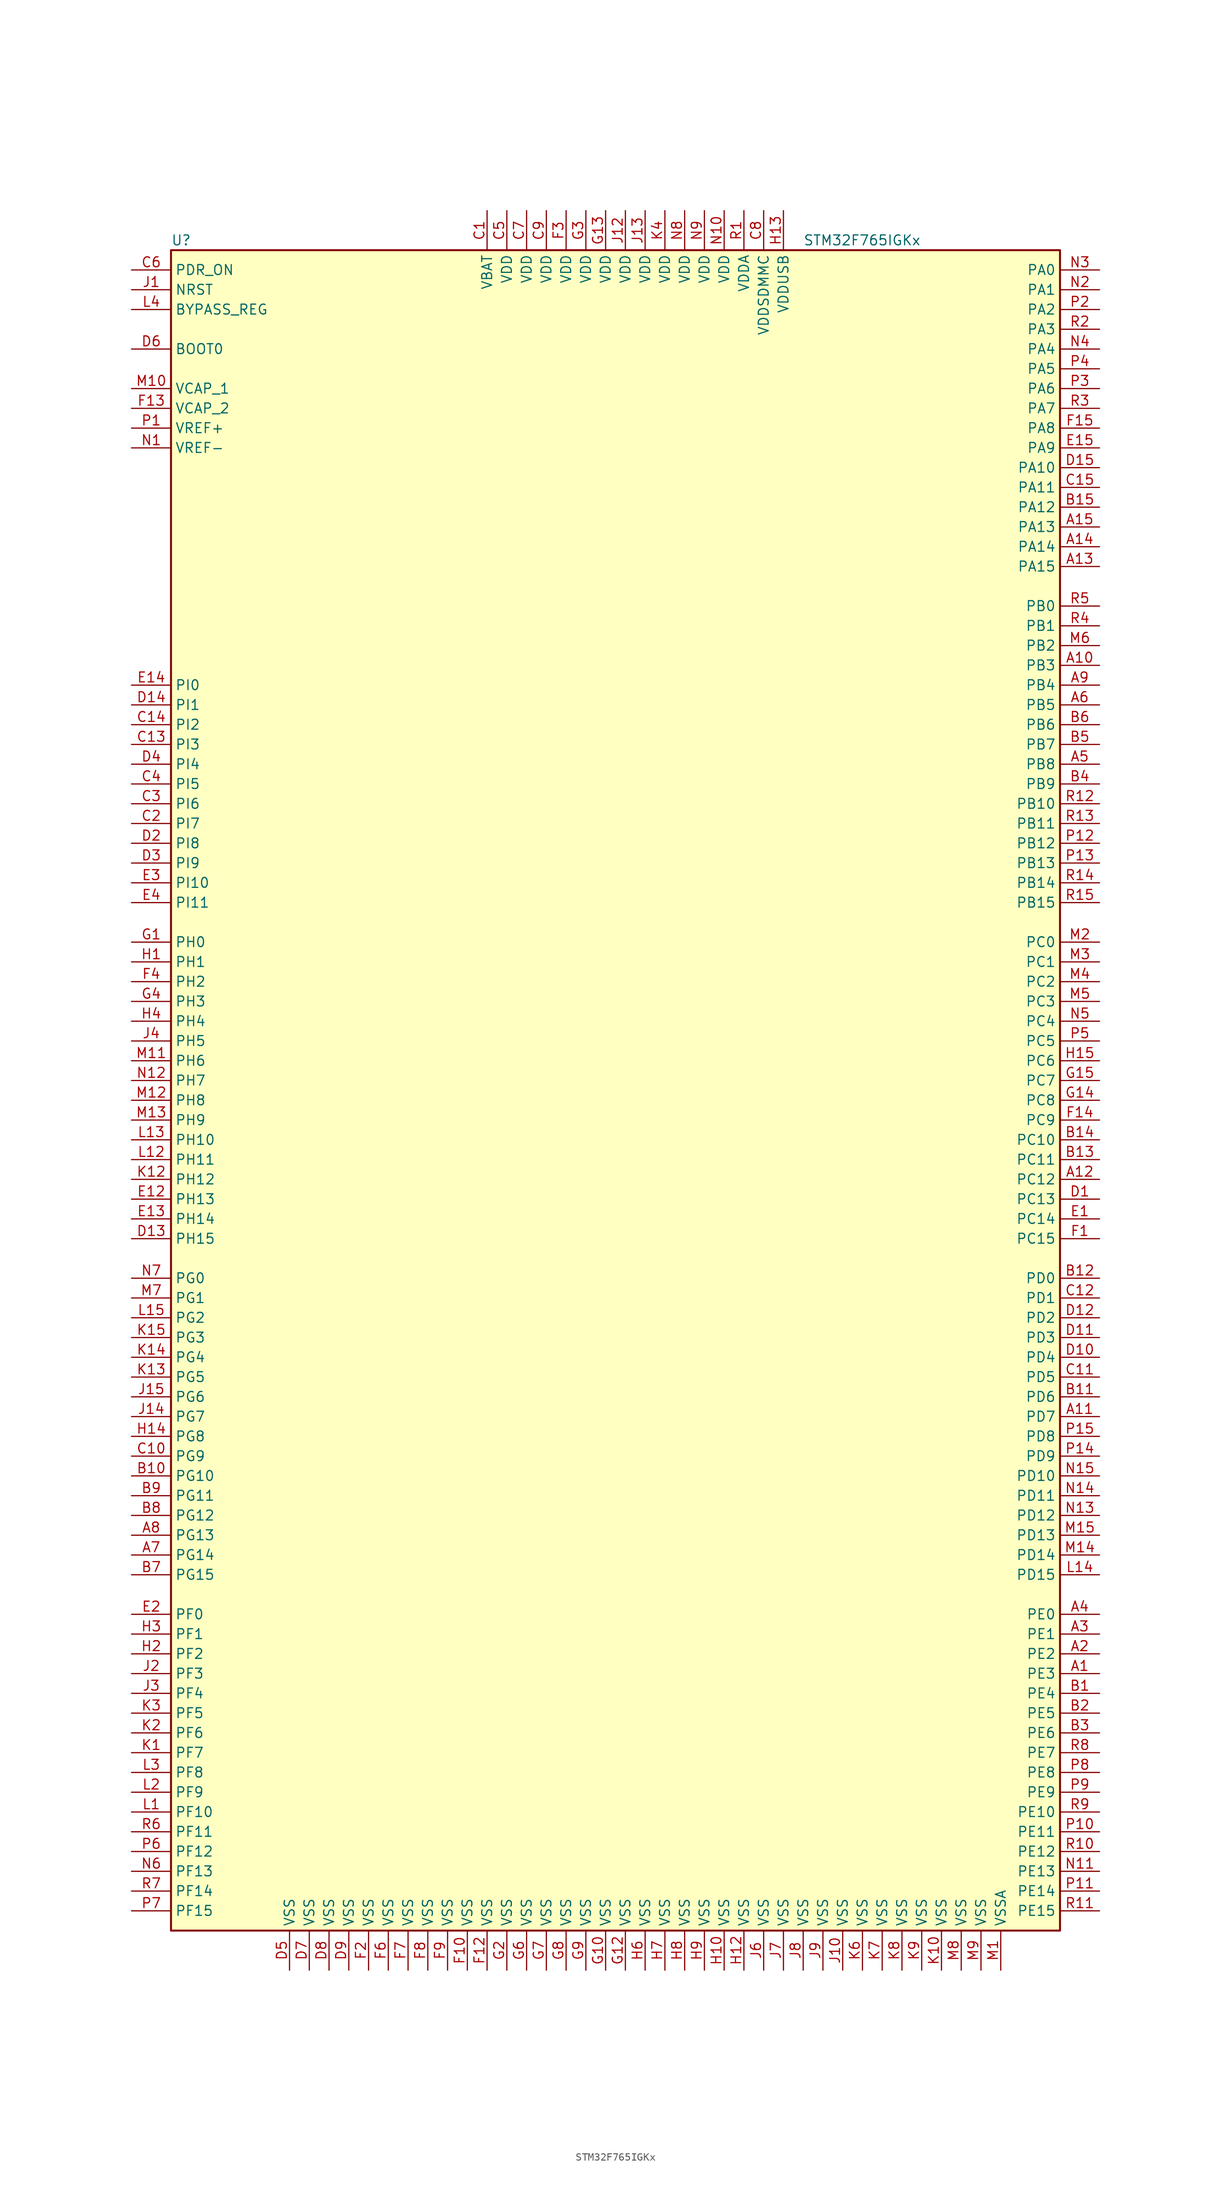
<source format=kicad_sym>
(kicad_symbol_lib
  (version 20201005)
  (generator kicad_symbol_editor)
  (symbol "STM32F765IGKx"
    (property "Reference" "U"
      (at -58.42 107.95 0)
      (effects (font (size 1.27 1.27)) (justify left)))
    (property "Value" "STM32F765IGKx"
      (at 22.86 107.95 0)
      (effects (font (size 1.27 1.27)) (justify left)))
    (symbol "STM32F765IGKx_0_1"
      (rectangle (start -58.42 -109.22) (end 55.88 106.68) (stroke (width 0.254)) (fill (type background))))
    (symbol "STM32F765IGKx_1_1"
      (pin bidirectional line (at 60.96 -76.2 180) (length 5.08) (name "PE3" (effects (font (size 1.27 1.27)))) (number "A1" (effects (font (size 1.27 1.27)))))
      (pin bidirectional line (at 60.96 53.34 180) (length 5.08) (name "PB3" (effects (font (size 1.27 1.27)))) (number "A10" (effects (font (size 1.27 1.27)))))
      (pin bidirectional line (at 60.96 -43.18 180) (length 5.08) (name "PD7" (effects (font (size 1.27 1.27)))) (number "A11" (effects (font (size 1.27 1.27)))))
      (pin bidirectional line (at 60.96 -12.7 180) (length 5.08) (name "PC12" (effects (font (size 1.27 1.27)))) (number "A12" (effects (font (size 1.27 1.27)))))
      (pin bidirectional line (at 60.96 66.04 180) (length 5.08) (name "PA15" (effects (font (size 1.27 1.27)))) (number "A13" (effects (font (size 1.27 1.27)))))
      (pin bidirectional line (at 60.96 68.58 180) (length 5.08) (name "PA14" (effects (font (size 1.27 1.27)))) (number "A14" (effects (font (size 1.27 1.27)))))
      (pin bidirectional line (at 60.96 71.12 180) (length 5.08) (name "PA13" (effects (font (size 1.27 1.27)))) (number "A15" (effects (font (size 1.27 1.27)))))
      (pin bidirectional line (at 60.96 -73.66 180) (length 5.08) (name "PE2" (effects (font (size 1.27 1.27)))) (number "A2" (effects (font (size 1.27 1.27)))))
      (pin bidirectional line (at 60.96 -71.12 180) (length 5.08) (name "PE1" (effects (font (size 1.27 1.27)))) (number "A3" (effects (font (size 1.27 1.27)))))
      (pin bidirectional line (at 60.96 -68.58 180) (length 5.08) (name "PE0" (effects (font (size 1.27 1.27)))) (number "A4" (effects (font (size 1.27 1.27)))))
      (pin bidirectional line (at 60.96 40.64 180) (length 5.08) (name "PB8" (effects (font (size 1.27 1.27)))) (number "A5" (effects (font (size 1.27 1.27)))))
      (pin bidirectional line (at 60.96 48.26 180) (length 5.08) (name "PB5" (effects (font (size 1.27 1.27)))) (number "A6" (effects (font (size 1.27 1.27)))))
      (pin bidirectional line (at -63.5 -60.96 0) (length 5.08) (name "PG14" (effects (font (size 1.27 1.27)))) (number "A7" (effects (font (size 1.27 1.27)))))
      (pin bidirectional line (at -63.5 -58.42 0) (length 5.08) (name "PG13" (effects (font (size 1.27 1.27)))) (number "A8" (effects (font (size 1.27 1.27)))))
      (pin bidirectional line (at 60.96 50.8 180) (length 5.08) (name "PB4" (effects (font (size 1.27 1.27)))) (number "A9" (effects (font (size 1.27 1.27)))))
      (pin bidirectional line (at 60.96 -78.74 180) (length 5.08) (name "PE4" (effects (font (size 1.27 1.27)))) (number "B1" (effects (font (size 1.27 1.27)))))
      (pin bidirectional line (at -63.5 -50.8 0) (length 5.08) (name "PG10" (effects (font (size 1.27 1.27)))) (number "B10" (effects (font (size 1.27 1.27)))))
      (pin bidirectional line (at 60.96 -40.64 180) (length 5.08) (name "PD6" (effects (font (size 1.27 1.27)))) (number "B11" (effects (font (size 1.27 1.27)))))
      (pin bidirectional line (at 60.96 -25.4 180) (length 5.08) (name "PD0" (effects (font (size 1.27 1.27)))) (number "B12" (effects (font (size 1.27 1.27)))))
      (pin bidirectional line (at 60.96 -10.16 180) (length 5.08) (name "PC11" (effects (font (size 1.27 1.27)))) (number "B13" (effects (font (size 1.27 1.27)))))
      (pin bidirectional line (at 60.96 -7.62 180) (length 5.08) (name "PC10" (effects (font (size 1.27 1.27)))) (number "B14" (effects (font (size 1.27 1.27)))))
      (pin bidirectional line (at 60.96 73.66 180) (length 5.08) (name "PA12" (effects (font (size 1.27 1.27)))) (number "B15" (effects (font (size 1.27 1.27)))))
      (pin bidirectional line (at 60.96 -81.28 180) (length 5.08) (name "PE5" (effects (font (size 1.27 1.27)))) (number "B2" (effects (font (size 1.27 1.27)))))
      (pin bidirectional line (at 60.96 -83.82 180) (length 5.08) (name "PE6" (effects (font (size 1.27 1.27)))) (number "B3" (effects (font (size 1.27 1.27)))))
      (pin bidirectional line (at 60.96 38.1 180) (length 5.08) (name "PB9" (effects (font (size 1.27 1.27)))) (number "B4" (effects (font (size 1.27 1.27)))))
      (pin bidirectional line (at 60.96 43.18 180) (length 5.08) (name "PB7" (effects (font (size 1.27 1.27)))) (number "B5" (effects (font (size 1.27 1.27)))))
      (pin bidirectional line (at 60.96 45.72 180) (length 5.08) (name "PB6" (effects (font (size 1.27 1.27)))) (number "B6" (effects (font (size 1.27 1.27)))))
      (pin bidirectional line (at -63.5 -63.5 0) (length 5.08) (name "PG15" (effects (font (size 1.27 1.27)))) (number "B7" (effects (font (size 1.27 1.27)))))
      (pin bidirectional line (at -63.5 -55.88 0) (length 5.08) (name "PG12" (effects (font (size 1.27 1.27)))) (number "B8" (effects (font (size 1.27 1.27)))))
      (pin bidirectional line (at -63.5 -53.34 0) (length 5.08) (name "PG11" (effects (font (size 1.27 1.27)))) (number "B9" (effects (font (size 1.27 1.27)))))
      (pin power_in line (at -17.78 111.76 270) (length 5.08) (name "VBAT" (effects (font (size 1.27 1.27)))) (number "C1" (effects (font (size 1.27 1.27)))))
      (pin bidirectional line (at -63.5 -48.26 0) (length 5.08) (name "PG9" (effects (font (size 1.27 1.27)))) (number "C10" (effects (font (size 1.27 1.27)))))
      (pin bidirectional line (at 60.96 -38.1 180) (length 5.08) (name "PD5" (effects (font (size 1.27 1.27)))) (number "C11" (effects (font (size 1.27 1.27)))))
      (pin bidirectional line (at 60.96 -27.94 180) (length 5.08) (name "PD1" (effects (font (size 1.27 1.27)))) (number "C12" (effects (font (size 1.27 1.27)))))
      (pin bidirectional line (at -63.5 43.18 0) (length 5.08) (name "PI3" (effects (font (size 1.27 1.27)))) (number "C13" (effects (font (size 1.27 1.27)))))
      (pin bidirectional line (at -63.5 45.72 0) (length 5.08) (name "PI2" (effects (font (size 1.27 1.27)))) (number "C14" (effects (font (size 1.27 1.27)))))
      (pin bidirectional line (at 60.96 76.2 180) (length 5.08) (name "PA11" (effects (font (size 1.27 1.27)))) (number "C15" (effects (font (size 1.27 1.27)))))
      (pin bidirectional line (at -63.5 33.02 0) (length 5.08) (name "PI7" (effects (font (size 1.27 1.27)))) (number "C2" (effects (font (size 1.27 1.27)))))
      (pin bidirectional line (at -63.5 35.56 0) (length 5.08) (name "PI6" (effects (font (size 1.27 1.27)))) (number "C3" (effects (font (size 1.27 1.27)))))
      (pin bidirectional line (at -63.5 38.1 0) (length 5.08) (name "PI5" (effects (font (size 1.27 1.27)))) (number "C4" (effects (font (size 1.27 1.27)))))
      (pin power_in line (at -15.24 111.76 270) (length 5.08) (name "VDD" (effects (font (size 1.27 1.27)))) (number "C5" (effects (font (size 1.27 1.27)))))
      (pin input line (at -63.5 104.14 0) (length 5.08) (name "PDR_ON" (effects (font (size 1.27 1.27)))) (number "C6" (effects (font (size 1.27 1.27)))))
      (pin power_in line (at -12.7 111.76 270) (length 5.08) (name "VDD" (effects (font (size 1.27 1.27)))) (number "C7" (effects (font (size 1.27 1.27)))))
      (pin power_in line (at 17.78 111.76 270) (length 5.08) (name "VDDSDMMC" (effects (font (size 1.27 1.27)))) (number "C8" (effects (font (size 1.27 1.27)))))
      (pin power_in line (at -10.16 111.76 270) (length 5.08) (name "VDD" (effects (font (size 1.27 1.27)))) (number "C9" (effects (font (size 1.27 1.27)))))
      (pin bidirectional line (at 60.96 -15.24 180) (length 5.08) (name "PC13" (effects (font (size 1.27 1.27)))) (number "D1" (effects (font (size 1.27 1.27)))))
      (pin bidirectional line (at 60.96 -35.56 180) (length 5.08) (name "PD4" (effects (font (size 1.27 1.27)))) (number "D10" (effects (font (size 1.27 1.27)))))
      (pin bidirectional line (at 60.96 -33.02 180) (length 5.08) (name "PD3" (effects (font (size 1.27 1.27)))) (number "D11" (effects (font (size 1.27 1.27)))))
      (pin bidirectional line (at 60.96 -30.48 180) (length 5.08) (name "PD2" (effects (font (size 1.27 1.27)))) (number "D12" (effects (font (size 1.27 1.27)))))
      (pin bidirectional line (at -63.5 -20.32 0) (length 5.08) (name "PH15" (effects (font (size 1.27 1.27)))) (number "D13" (effects (font (size 1.27 1.27)))))
      (pin bidirectional line (at -63.5 48.26 0) (length 5.08) (name "PI1" (effects (font (size 1.27 1.27)))) (number "D14" (effects (font (size 1.27 1.27)))))
      (pin bidirectional line (at 60.96 78.74 180) (length 5.08) (name "PA10" (effects (font (size 1.27 1.27)))) (number "D15" (effects (font (size 1.27 1.27)))))
      (pin bidirectional line (at -63.5 30.48 0) (length 5.08) (name "PI8" (effects (font (size 1.27 1.27)))) (number "D2" (effects (font (size 1.27 1.27)))))
      (pin bidirectional line (at -63.5 27.94 0) (length 5.08) (name "PI9" (effects (font (size 1.27 1.27)))) (number "D3" (effects (font (size 1.27 1.27)))))
      (pin bidirectional line (at -63.5 40.64 0) (length 5.08) (name "PI4" (effects (font (size 1.27 1.27)))) (number "D4" (effects (font (size 1.27 1.27)))))
      (pin power_in line (at -43.18 -114.3 90) (length 5.08) (name "VSS" (effects (font (size 1.27 1.27)))) (number "D5" (effects (font (size 1.27 1.27)))))
      (pin input line (at -63.5 93.98 0) (length 5.08) (name "BOOT0" (effects (font (size 1.27 1.27)))) (number "D6" (effects (font (size 1.27 1.27)))))
      (pin power_in line (at -40.64 -114.3 90) (length 5.08) (name "VSS" (effects (font (size 1.27 1.27)))) (number "D7" (effects (font (size 1.27 1.27)))))
      (pin power_in line (at -38.1 -114.3 90) (length 5.08) (name "VSS" (effects (font (size 1.27 1.27)))) (number "D8" (effects (font (size 1.27 1.27)))))
      (pin power_in line (at -35.56 -114.3 90) (length 5.08) (name "VSS" (effects (font (size 1.27 1.27)))) (number "D9" (effects (font (size 1.27 1.27)))))
      (pin bidirectional line (at 60.96 -17.78 180) (length 5.08) (name "PC14" (effects (font (size 1.27 1.27)))) (number "E1" (effects (font (size 1.27 1.27)))))
      (pin bidirectional line (at -63.5 -15.24 0) (length 5.08) (name "PH13" (effects (font (size 1.27 1.27)))) (number "E12" (effects (font (size 1.27 1.27)))))
      (pin bidirectional line (at -63.5 -17.78 0) (length 5.08) (name "PH14" (effects (font (size 1.27 1.27)))) (number "E13" (effects (font (size 1.27 1.27)))))
      (pin bidirectional line (at -63.5 50.8 0) (length 5.08) (name "PI0" (effects (font (size 1.27 1.27)))) (number "E14" (effects (font (size 1.27 1.27)))))
      (pin bidirectional line (at 60.96 81.28 180) (length 5.08) (name "PA9" (effects (font (size 1.27 1.27)))) (number "E15" (effects (font (size 1.27 1.27)))))
      (pin bidirectional line (at -63.5 -68.58 0) (length 5.08) (name "PF0" (effects (font (size 1.27 1.27)))) (number "E2" (effects (font (size 1.27 1.27)))))
      (pin bidirectional line (at -63.5 25.4 0) (length 5.08) (name "PI10" (effects (font (size 1.27 1.27)))) (number "E3" (effects (font (size 1.27 1.27)))))
      (pin bidirectional line (at -63.5 22.86 0) (length 5.08) (name "PI11" (effects (font (size 1.27 1.27)))) (number "E4" (effects (font (size 1.27 1.27)))))
      (pin bidirectional line (at 60.96 -20.32 180) (length 5.08) (name "PC15" (effects (font (size 1.27 1.27)))) (number "F1" (effects (font (size 1.27 1.27)))))
      (pin power_in line (at -20.32 -114.3 90) (length 5.08) (name "VSS" (effects (font (size 1.27 1.27)))) (number "F10" (effects (font (size 1.27 1.27)))))
      (pin power_in line (at -17.78 -114.3 90) (length 5.08) (name "VSS" (effects (font (size 1.27 1.27)))) (number "F12" (effects (font (size 1.27 1.27)))))
      (pin power_in line (at -63.5 86.36 0) (length 5.08) (name "VCAP_2" (effects (font (size 1.27 1.27)))) (number "F13" (effects (font (size 1.27 1.27)))))
      (pin bidirectional line (at 60.96 -5.08 180) (length 5.08) (name "PC9" (effects (font (size 1.27 1.27)))) (number "F14" (effects (font (size 1.27 1.27)))))
      (pin bidirectional line (at 60.96 83.82 180) (length 5.08) (name "PA8" (effects (font (size 1.27 1.27)))) (number "F15" (effects (font (size 1.27 1.27)))))
      (pin power_in line (at -33.02 -114.3 90) (length 5.08) (name "VSS" (effects (font (size 1.27 1.27)))) (number "F2" (effects (font (size 1.27 1.27)))))
      (pin power_in line (at -7.62 111.76 270) (length 5.08) (name "VDD" (effects (font (size 1.27 1.27)))) (number "F3" (effects (font (size 1.27 1.27)))))
      (pin bidirectional line (at -63.5 12.7 0) (length 5.08) (name "PH2" (effects (font (size 1.27 1.27)))) (number "F4" (effects (font (size 1.27 1.27)))))
      (pin power_in line (at -30.48 -114.3 90) (length 5.08) (name "VSS" (effects (font (size 1.27 1.27)))) (number "F6" (effects (font (size 1.27 1.27)))))
      (pin power_in line (at -27.94 -114.3 90) (length 5.08) (name "VSS" (effects (font (size 1.27 1.27)))) (number "F7" (effects (font (size 1.27 1.27)))))
      (pin power_in line (at -25.4 -114.3 90) (length 5.08) (name "VSS" (effects (font (size 1.27 1.27)))) (number "F8" (effects (font (size 1.27 1.27)))))
      (pin power_in line (at -22.86 -114.3 90) (length 5.08) (name "VSS" (effects (font (size 1.27 1.27)))) (number "F9" (effects (font (size 1.27 1.27)))))
      (pin input line (at -63.5 17.78 0) (length 5.08) (name "PH0" (effects (font (size 1.27 1.27)))) (number "G1" (effects (font (size 1.27 1.27)))))
      (pin power_in line (at -2.54 -114.3 90) (length 5.08) (name "VSS" (effects (font (size 1.27 1.27)))) (number "G10" (effects (font (size 1.27 1.27)))))
      (pin power_in line (at 0 -114.3 90) (length 5.08) (name "VSS" (effects (font (size 1.27 1.27)))) (number "G12" (effects (font (size 1.27 1.27)))))
      (pin power_in line (at -2.54 111.76 270) (length 5.08) (name "VDD" (effects (font (size 1.27 1.27)))) (number "G13" (effects (font (size 1.27 1.27)))))
      (pin bidirectional line (at 60.96 -2.54 180) (length 5.08) (name "PC8" (effects (font (size 1.27 1.27)))) (number "G14" (effects (font (size 1.27 1.27)))))
      (pin bidirectional line (at 60.96 0 180) (length 5.08) (name "PC7" (effects (font (size 1.27 1.27)))) (number "G15" (effects (font (size 1.27 1.27)))))
      (pin power_in line (at -15.24 -114.3 90) (length 5.08) (name "VSS" (effects (font (size 1.27 1.27)))) (number "G2" (effects (font (size 1.27 1.27)))))
      (pin power_in line (at -5.08 111.76 270) (length 5.08) (name "VDD" (effects (font (size 1.27 1.27)))) (number "G3" (effects (font (size 1.27 1.27)))))
      (pin bidirectional line (at -63.5 10.16 0) (length 5.08) (name "PH3" (effects (font (size 1.27 1.27)))) (number "G4" (effects (font (size 1.27 1.27)))))
      (pin power_in line (at -12.7 -114.3 90) (length 5.08) (name "VSS" (effects (font (size 1.27 1.27)))) (number "G6" (effects (font (size 1.27 1.27)))))
      (pin power_in line (at -10.16 -114.3 90) (length 5.08) (name "VSS" (effects (font (size 1.27 1.27)))) (number "G7" (effects (font (size 1.27 1.27)))))
      (pin power_in line (at -7.62 -114.3 90) (length 5.08) (name "VSS" (effects (font (size 1.27 1.27)))) (number "G8" (effects (font (size 1.27 1.27)))))
      (pin power_in line (at -5.08 -114.3 90) (length 5.08) (name "VSS" (effects (font (size 1.27 1.27)))) (number "G9" (effects (font (size 1.27 1.27)))))
      (pin input line (at -63.5 15.24 0) (length 5.08) (name "PH1" (effects (font (size 1.27 1.27)))) (number "H1" (effects (font (size 1.27 1.27)))))
      (pin power_in line (at 12.7 -114.3 90) (length 5.08) (name "VSS" (effects (font (size 1.27 1.27)))) (number "H10" (effects (font (size 1.27 1.27)))))
      (pin power_in line (at 15.24 -114.3 90) (length 5.08) (name "VSS" (effects (font (size 1.27 1.27)))) (number "H12" (effects (font (size 1.27 1.27)))))
      (pin power_in line (at 20.32 111.76 270) (length 5.08) (name "VDDUSB" (effects (font (size 1.27 1.27)))) (number "H13" (effects (font (size 1.27 1.27)))))
      (pin bidirectional line (at -63.5 -45.72 0) (length 5.08) (name "PG8" (effects (font (size 1.27 1.27)))) (number "H14" (effects (font (size 1.27 1.27)))))
      (pin bidirectional line (at 60.96 2.54 180) (length 5.08) (name "PC6" (effects (font (size 1.27 1.27)))) (number "H15" (effects (font (size 1.27 1.27)))))
      (pin bidirectional line (at -63.5 -73.66 0) (length 5.08) (name "PF2" (effects (font (size 1.27 1.27)))) (number "H2" (effects (font (size 1.27 1.27)))))
      (pin bidirectional line (at -63.5 -71.12 0) (length 5.08) (name "PF1" (effects (font (size 1.27 1.27)))) (number "H3" (effects (font (size 1.27 1.27)))))
      (pin bidirectional line (at -63.5 7.62 0) (length 5.08) (name "PH4" (effects (font (size 1.27 1.27)))) (number "H4" (effects (font (size 1.27 1.27)))))
      (pin power_in line (at 2.54 -114.3 90) (length 5.08) (name "VSS" (effects (font (size 1.27 1.27)))) (number "H6" (effects (font (size 1.27 1.27)))))
      (pin power_in line (at 5.08 -114.3 90) (length 5.08) (name "VSS" (effects (font (size 1.27 1.27)))) (number "H7" (effects (font (size 1.27 1.27)))))
      (pin power_in line (at 7.62 -114.3 90) (length 5.08) (name "VSS" (effects (font (size 1.27 1.27)))) (number "H8" (effects (font (size 1.27 1.27)))))
      (pin power_in line (at 10.16 -114.3 90) (length 5.08) (name "VSS" (effects (font (size 1.27 1.27)))) (number "H9" (effects (font (size 1.27 1.27)))))
      (pin input line (at -63.5 101.6 0) (length 5.08) (name "NRST" (effects (font (size 1.27 1.27)))) (number "J1" (effects (font (size 1.27 1.27)))))
      (pin power_in line (at 27.94 -114.3 90) (length 5.08) (name "VSS" (effects (font (size 1.27 1.27)))) (number "J10" (effects (font (size 1.27 1.27)))))
      (pin power_in line (at 0 111.76 270) (length 5.08) (name "VDD" (effects (font (size 1.27 1.27)))) (number "J12" (effects (font (size 1.27 1.27)))))
      (pin power_in line (at 2.54 111.76 270) (length 5.08) (name "VDD" (effects (font (size 1.27 1.27)))) (number "J13" (effects (font (size 1.27 1.27)))))
      (pin bidirectional line (at -63.5 -43.18 0) (length 5.08) (name "PG7" (effects (font (size 1.27 1.27)))) (number "J14" (effects (font (size 1.27 1.27)))))
      (pin bidirectional line (at -63.5 -40.64 0) (length 5.08) (name "PG6" (effects (font (size 1.27 1.27)))) (number "J15" (effects (font (size 1.27 1.27)))))
      (pin bidirectional line (at -63.5 -76.2 0) (length 5.08) (name "PF3" (effects (font (size 1.27 1.27)))) (number "J2" (effects (font (size 1.27 1.27)))))
      (pin bidirectional line (at -63.5 -78.74 0) (length 5.08) (name "PF4" (effects (font (size 1.27 1.27)))) (number "J3" (effects (font (size 1.27 1.27)))))
      (pin bidirectional line (at -63.5 5.08 0) (length 5.08) (name "PH5" (effects (font (size 1.27 1.27)))) (number "J4" (effects (font (size 1.27 1.27)))))
      (pin power_in line (at 17.78 -114.3 90) (length 5.08) (name "VSS" (effects (font (size 1.27 1.27)))) (number "J6" (effects (font (size 1.27 1.27)))))
      (pin power_in line (at 20.32 -114.3 90) (length 5.08) (name "VSS" (effects (font (size 1.27 1.27)))) (number "J7" (effects (font (size 1.27 1.27)))))
      (pin power_in line (at 22.86 -114.3 90) (length 5.08) (name "VSS" (effects (font (size 1.27 1.27)))) (number "J8" (effects (font (size 1.27 1.27)))))
      (pin power_in line (at 25.4 -114.3 90) (length 5.08) (name "VSS" (effects (font (size 1.27 1.27)))) (number "J9" (effects (font (size 1.27 1.27)))))
      (pin bidirectional line (at -63.5 -86.36 0) (length 5.08) (name "PF7" (effects (font (size 1.27 1.27)))) (number "K1" (effects (font (size 1.27 1.27)))))
      (pin power_in line (at 40.64 -114.3 90) (length 5.08) (name "VSS" (effects (font (size 1.27 1.27)))) (number "K10" (effects (font (size 1.27 1.27)))))
      (pin bidirectional line (at -63.5 -12.7 0) (length 5.08) (name "PH12" (effects (font (size 1.27 1.27)))) (number "K12" (effects (font (size 1.27 1.27)))))
      (pin bidirectional line (at -63.5 -38.1 0) (length 5.08) (name "PG5" (effects (font (size 1.27 1.27)))) (number "K13" (effects (font (size 1.27 1.27)))))
      (pin bidirectional line (at -63.5 -35.56 0) (length 5.08) (name "PG4" (effects (font (size 1.27 1.27)))) (number "K14" (effects (font (size 1.27 1.27)))))
      (pin bidirectional line (at -63.5 -33.02 0) (length 5.08) (name "PG3" (effects (font (size 1.27 1.27)))) (number "K15" (effects (font (size 1.27 1.27)))))
      (pin bidirectional line (at -63.5 -83.82 0) (length 5.08) (name "PF6" (effects (font (size 1.27 1.27)))) (number "K2" (effects (font (size 1.27 1.27)))))
      (pin bidirectional line (at -63.5 -81.28 0) (length 5.08) (name "PF5" (effects (font (size 1.27 1.27)))) (number "K3" (effects (font (size 1.27 1.27)))))
      (pin power_in line (at 5.08 111.76 270) (length 5.08) (name "VDD" (effects (font (size 1.27 1.27)))) (number "K4" (effects (font (size 1.27 1.27)))))
      (pin power_in line (at 30.48 -114.3 90) (length 5.08) (name "VSS" (effects (font (size 1.27 1.27)))) (number "K6" (effects (font (size 1.27 1.27)))))
      (pin power_in line (at 33.02 -114.3 90) (length 5.08) (name "VSS" (effects (font (size 1.27 1.27)))) (number "K7" (effects (font (size 1.27 1.27)))))
      (pin power_in line (at 35.56 -114.3 90) (length 5.08) (name "VSS" (effects (font (size 1.27 1.27)))) (number "K8" (effects (font (size 1.27 1.27)))))
      (pin power_in line (at 38.1 -114.3 90) (length 5.08) (name "VSS" (effects (font (size 1.27 1.27)))) (number "K9" (effects (font (size 1.27 1.27)))))
      (pin bidirectional line (at -63.5 -93.98 0) (length 5.08) (name "PF10" (effects (font (size 1.27 1.27)))) (number "L1" (effects (font (size 1.27 1.27)))))
      (pin bidirectional line (at -63.5 -10.16 0) (length 5.08) (name "PH11" (effects (font (size 1.27 1.27)))) (number "L12" (effects (font (size 1.27 1.27)))))
      (pin bidirectional line (at -63.5 -7.62 0) (length 5.08) (name "PH10" (effects (font (size 1.27 1.27)))) (number "L13" (effects (font (size 1.27 1.27)))))
      (pin bidirectional line (at 60.96 -63.5 180) (length 5.08) (name "PD15" (effects (font (size 1.27 1.27)))) (number "L14" (effects (font (size 1.27 1.27)))))
      (pin bidirectional line (at -63.5 -30.48 0) (length 5.08) (name "PG2" (effects (font (size 1.27 1.27)))) (number "L15" (effects (font (size 1.27 1.27)))))
      (pin bidirectional line (at -63.5 -91.44 0) (length 5.08) (name "PF9" (effects (font (size 1.27 1.27)))) (number "L2" (effects (font (size 1.27 1.27)))))
      (pin bidirectional line (at -63.5 -88.9 0) (length 5.08) (name "PF8" (effects (font (size 1.27 1.27)))) (number "L3" (effects (font (size 1.27 1.27)))))
      (pin input line (at -63.5 99.06 0) (length 5.08) (name "BYPASS_REG" (effects (font (size 1.27 1.27)))) (number "L4" (effects (font (size 1.27 1.27)))))
      (pin power_in line (at 48.26 -114.3 90) (length 5.08) (name "VSSA" (effects (font (size 1.27 1.27)))) (number "M1" (effects (font (size 1.27 1.27)))))
      (pin power_in line (at -63.5 88.9 0) (length 5.08) (name "VCAP_1" (effects (font (size 1.27 1.27)))) (number "M10" (effects (font (size 1.27 1.27)))))
      (pin bidirectional line (at -63.5 2.54 0) (length 5.08) (name "PH6" (effects (font (size 1.27 1.27)))) (number "M11" (effects (font (size 1.27 1.27)))))
      (pin bidirectional line (at -63.5 -2.54 0) (length 5.08) (name "PH8" (effects (font (size 1.27 1.27)))) (number "M12" (effects (font (size 1.27 1.27)))))
      (pin bidirectional line (at -63.5 -5.08 0) (length 5.08) (name "PH9" (effects (font (size 1.27 1.27)))) (number "M13" (effects (font (size 1.27 1.27)))))
      (pin bidirectional line (at 60.96 -60.96 180) (length 5.08) (name "PD14" (effects (font (size 1.27 1.27)))) (number "M14" (effects (font (size 1.27 1.27)))))
      (pin bidirectional line (at 60.96 -58.42 180) (length 5.08) (name "PD13" (effects (font (size 1.27 1.27)))) (number "M15" (effects (font (size 1.27 1.27)))))
      (pin bidirectional line (at 60.96 17.78 180) (length 5.08) (name "PC0" (effects (font (size 1.27 1.27)))) (number "M2" (effects (font (size 1.27 1.27)))))
      (pin bidirectional line (at 60.96 15.24 180) (length 5.08) (name "PC1" (effects (font (size 1.27 1.27)))) (number "M3" (effects (font (size 1.27 1.27)))))
      (pin bidirectional line (at 60.96 12.7 180) (length 5.08) (name "PC2" (effects (font (size 1.27 1.27)))) (number "M4" (effects (font (size 1.27 1.27)))))
      (pin bidirectional line (at 60.96 10.16 180) (length 5.08) (name "PC3" (effects (font (size 1.27 1.27)))) (number "M5" (effects (font (size 1.27 1.27)))))
      (pin bidirectional line (at 60.96 55.88 180) (length 5.08) (name "PB2" (effects (font (size 1.27 1.27)))) (number "M6" (effects (font (size 1.27 1.27)))))
      (pin bidirectional line (at -63.5 -27.94 0) (length 5.08) (name "PG1" (effects (font (size 1.27 1.27)))) (number "M7" (effects (font (size 1.27 1.27)))))
      (pin power_in line (at 43.18 -114.3 90) (length 5.08) (name "VSS" (effects (font (size 1.27 1.27)))) (number "M8" (effects (font (size 1.27 1.27)))))
      (pin power_in line (at 45.72 -114.3 90) (length 5.08) (name "VSS" (effects (font (size 1.27 1.27)))) (number "M9" (effects (font (size 1.27 1.27)))))
      (pin power_in line (at -63.5 81.28 0) (length 5.08) (name "VREF-" (effects (font (size 1.27 1.27)))) (number "N1" (effects (font (size 1.27 1.27)))))
      (pin power_in line (at 12.7 111.76 270) (length 5.08) (name "VDD" (effects (font (size 1.27 1.27)))) (number "N10" (effects (font (size 1.27 1.27)))))
      (pin bidirectional line (at 60.96 -101.6 180) (length 5.08) (name "PE13" (effects (font (size 1.27 1.27)))) (number "N11" (effects (font (size 1.27 1.27)))))
      (pin bidirectional line (at -63.5 0 0) (length 5.08) (name "PH7" (effects (font (size 1.27 1.27)))) (number "N12" (effects (font (size 1.27 1.27)))))
      (pin bidirectional line (at 60.96 -55.88 180) (length 5.08) (name "PD12" (effects (font (size 1.27 1.27)))) (number "N13" (effects (font (size 1.27 1.27)))))
      (pin bidirectional line (at 60.96 -53.34 180) (length 5.08) (name "PD11" (effects (font (size 1.27 1.27)))) (number "N14" (effects (font (size 1.27 1.27)))))
      (pin bidirectional line (at 60.96 -50.8 180) (length 5.08) (name "PD10" (effects (font (size 1.27 1.27)))) (number "N15" (effects (font (size 1.27 1.27)))))
      (pin bidirectional line (at 60.96 101.6 180) (length 5.08) (name "PA1" (effects (font (size 1.27 1.27)))) (number "N2" (effects (font (size 1.27 1.27)))))
      (pin bidirectional line (at 60.96 104.14 180) (length 5.08) (name "PA0" (effects (font (size 1.27 1.27)))) (number "N3" (effects (font (size 1.27 1.27)))))
      (pin bidirectional line (at 60.96 93.98 180) (length 5.08) (name "PA4" (effects (font (size 1.27 1.27)))) (number "N4" (effects (font (size 1.27 1.27)))))
      (pin bidirectional line (at 60.96 7.62 180) (length 5.08) (name "PC4" (effects (font (size 1.27 1.27)))) (number "N5" (effects (font (size 1.27 1.27)))))
      (pin bidirectional line (at -63.5 -101.6 0) (length 5.08) (name "PF13" (effects (font (size 1.27 1.27)))) (number "N6" (effects (font (size 1.27 1.27)))))
      (pin bidirectional line (at -63.5 -25.4 0) (length 5.08) (name "PG0" (effects (font (size 1.27 1.27)))) (number "N7" (effects (font (size 1.27 1.27)))))
      (pin power_in line (at 7.62 111.76 270) (length 5.08) (name "VDD" (effects (font (size 1.27 1.27)))) (number "N8" (effects (font (size 1.27 1.27)))))
      (pin power_in line (at 10.16 111.76 270) (length 5.08) (name "VDD" (effects (font (size 1.27 1.27)))) (number "N9" (effects (font (size 1.27 1.27)))))
      (pin power_in line (at -63.5 83.82 0) (length 5.08) (name "VREF+" (effects (font (size 1.27 1.27)))) (number "P1" (effects (font (size 1.27 1.27)))))
      (pin bidirectional line (at 60.96 -96.52 180) (length 5.08) (name "PE11" (effects (font (size 1.27 1.27)))) (number "P10" (effects (font (size 1.27 1.27)))))
      (pin bidirectional line (at 60.96 -104.14 180) (length 5.08) (name "PE14" (effects (font (size 1.27 1.27)))) (number "P11" (effects (font (size 1.27 1.27)))))
      (pin bidirectional line (at 60.96 30.48 180) (length 5.08) (name "PB12" (effects (font (size 1.27 1.27)))) (number "P12" (effects (font (size 1.27 1.27)))))
      (pin bidirectional line (at 60.96 27.94 180) (length 5.08) (name "PB13" (effects (font (size 1.27 1.27)))) (number "P13" (effects (font (size 1.27 1.27)))))
      (pin bidirectional line (at 60.96 -48.26 180) (length 5.08) (name "PD9" (effects (font (size 1.27 1.27)))) (number "P14" (effects (font (size 1.27 1.27)))))
      (pin bidirectional line (at 60.96 -45.72 180) (length 5.08) (name "PD8" (effects (font (size 1.27 1.27)))) (number "P15" (effects (font (size 1.27 1.27)))))
      (pin bidirectional line (at 60.96 99.06 180) (length 5.08) (name "PA2" (effects (font (size 1.27 1.27)))) (number "P2" (effects (font (size 1.27 1.27)))))
      (pin bidirectional line (at 60.96 88.9 180) (length 5.08) (name "PA6" (effects (font (size 1.27 1.27)))) (number "P3" (effects (font (size 1.27 1.27)))))
      (pin bidirectional line (at 60.96 91.44 180) (length 5.08) (name "PA5" (effects (font (size 1.27 1.27)))) (number "P4" (effects (font (size 1.27 1.27)))))
      (pin bidirectional line (at 60.96 5.08 180) (length 5.08) (name "PC5" (effects (font (size 1.27 1.27)))) (number "P5" (effects (font (size 1.27 1.27)))))
      (pin bidirectional line (at -63.5 -99.06 0) (length 5.08) (name "PF12" (effects (font (size 1.27 1.27)))) (number "P6" (effects (font (size 1.27 1.27)))))
      (pin bidirectional line (at -63.5 -106.68 0) (length 5.08) (name "PF15" (effects (font (size 1.27 1.27)))) (number "P7" (effects (font (size 1.27 1.27)))))
      (pin bidirectional line (at 60.96 -88.9 180) (length 5.08) (name "PE8" (effects (font (size 1.27 1.27)))) (number "P8" (effects (font (size 1.27 1.27)))))
      (pin bidirectional line (at 60.96 -91.44 180) (length 5.08) (name "PE9" (effects (font (size 1.27 1.27)))) (number "P9" (effects (font (size 1.27 1.27)))))
      (pin power_in line (at 15.24 111.76 270) (length 5.08) (name "VDDA" (effects (font (size 1.27 1.27)))) (number "R1" (effects (font (size 1.27 1.27)))))
      (pin bidirectional line (at 60.96 -99.06 180) (length 5.08) (name "PE12" (effects (font (size 1.27 1.27)))) (number "R10" (effects (font (size 1.27 1.27)))))
      (pin bidirectional line (at 60.96 -106.68 180) (length 5.08) (name "PE15" (effects (font (size 1.27 1.27)))) (number "R11" (effects (font (size 1.27 1.27)))))
      (pin bidirectional line (at 60.96 35.56 180) (length 5.08) (name "PB10" (effects (font (size 1.27 1.27)))) (number "R12" (effects (font (size 1.27 1.27)))))
      (pin bidirectional line (at 60.96 33.02 180) (length 5.08) (name "PB11" (effects (font (size 1.27 1.27)))) (number "R13" (effects (font (size 1.27 1.27)))))
      (pin bidirectional line (at 60.96 25.4 180) (length 5.08) (name "PB14" (effects (font (size 1.27 1.27)))) (number "R14" (effects (font (size 1.27 1.27)))))
      (pin bidirectional line (at 60.96 22.86 180) (length 5.08) (name "PB15" (effects (font (size 1.27 1.27)))) (number "R15" (effects (font (size 1.27 1.27)))))
      (pin bidirectional line (at 60.96 96.52 180) (length 5.08) (name "PA3" (effects (font (size 1.27 1.27)))) (number "R2" (effects (font (size 1.27 1.27)))))
      (pin bidirectional line (at 60.96 86.36 180) (length 5.08) (name "PA7" (effects (font (size 1.27 1.27)))) (number "R3" (effects (font (size 1.27 1.27)))))
      (pin bidirectional line (at 60.96 58.42 180) (length 5.08) (name "PB1" (effects (font (size 1.27 1.27)))) (number "R4" (effects (font (size 1.27 1.27)))))
      (pin bidirectional line (at 60.96 60.96 180) (length 5.08) (name "PB0" (effects (font (size 1.27 1.27)))) (number "R5" (effects (font (size 1.27 1.27)))))
      (pin bidirectional line (at -63.5 -96.52 0) (length 5.08) (name "PF11" (effects (font (size 1.27 1.27)))) (number "R6" (effects (font (size 1.27 1.27)))))
      (pin bidirectional line (at -63.5 -104.14 0) (length 5.08) (name "PF14" (effects (font (size 1.27 1.27)))) (number "R7" (effects (font (size 1.27 1.27)))))
      (pin bidirectional line (at 60.96 -86.36 180) (length 5.08) (name "PE7" (effects (font (size 1.27 1.27)))) (number "R8" (effects (font (size 1.27 1.27)))))
      (pin bidirectional line (at 60.96 -93.98 180) (length 5.08) (name "PE10" (effects (font (size 1.27 1.27)))) (number "R9" (effects (font (size 1.27 1.27))))))))
</source>
